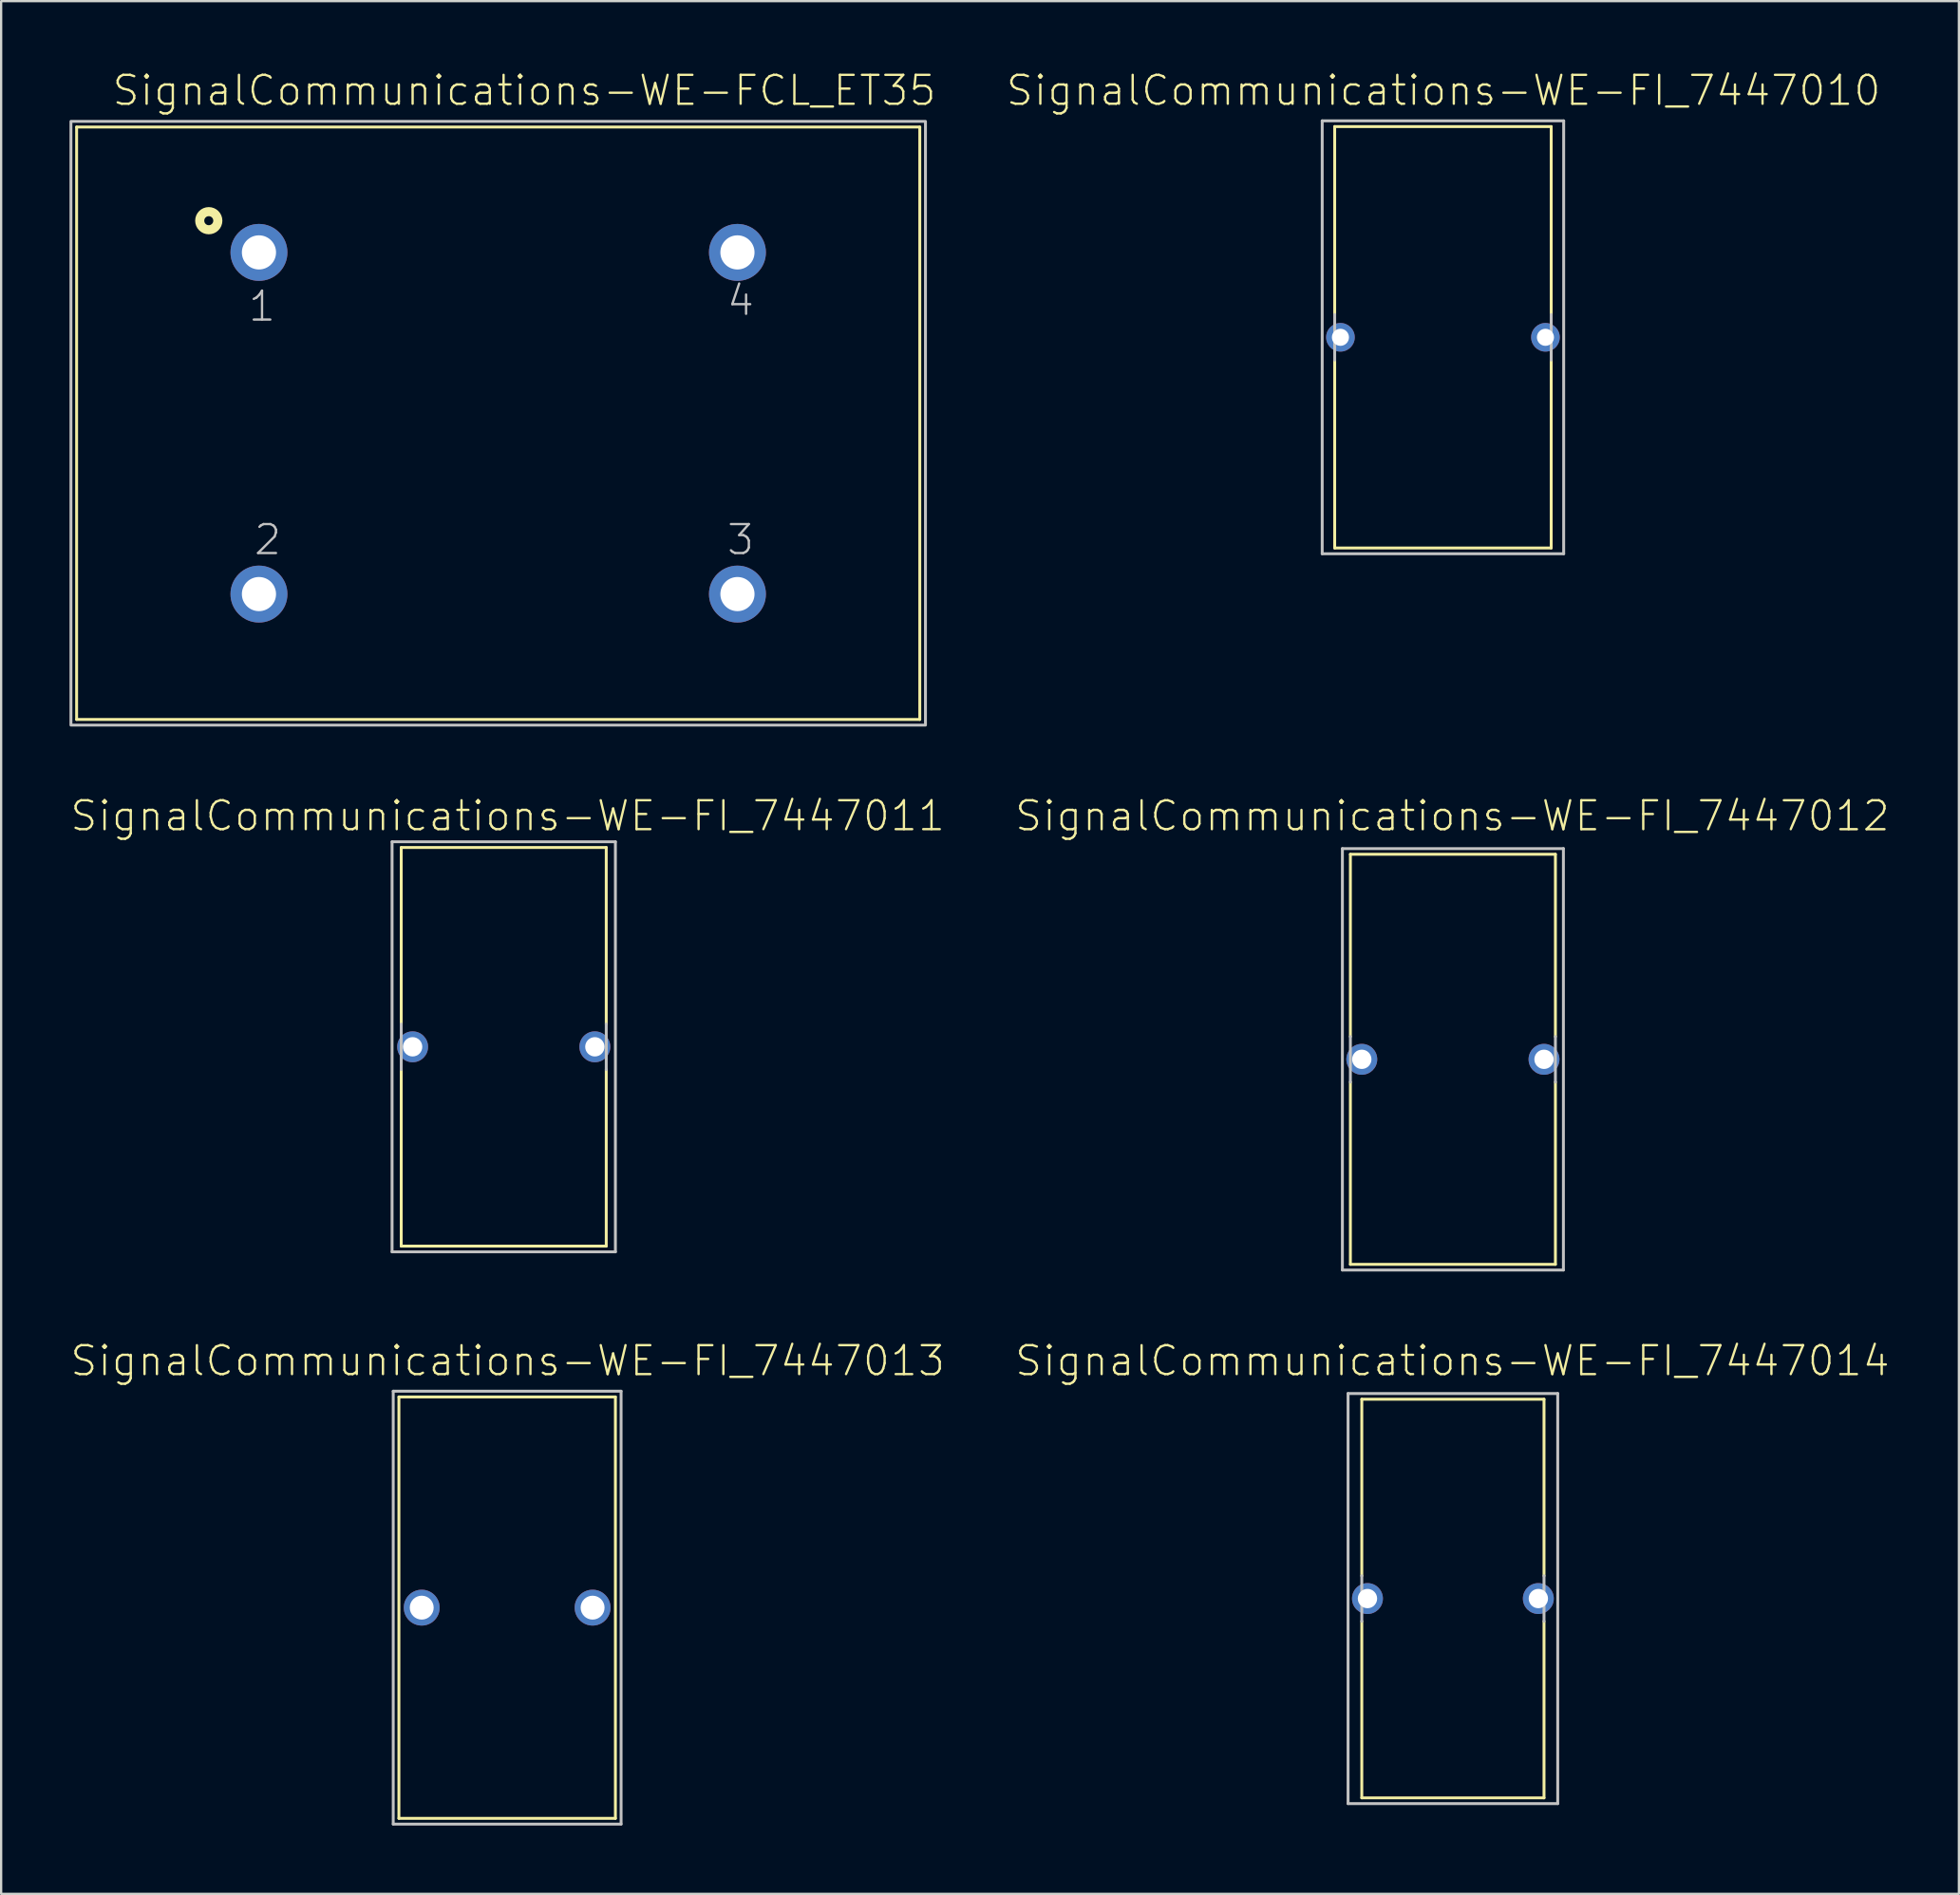
<source format=kicad_pcb>
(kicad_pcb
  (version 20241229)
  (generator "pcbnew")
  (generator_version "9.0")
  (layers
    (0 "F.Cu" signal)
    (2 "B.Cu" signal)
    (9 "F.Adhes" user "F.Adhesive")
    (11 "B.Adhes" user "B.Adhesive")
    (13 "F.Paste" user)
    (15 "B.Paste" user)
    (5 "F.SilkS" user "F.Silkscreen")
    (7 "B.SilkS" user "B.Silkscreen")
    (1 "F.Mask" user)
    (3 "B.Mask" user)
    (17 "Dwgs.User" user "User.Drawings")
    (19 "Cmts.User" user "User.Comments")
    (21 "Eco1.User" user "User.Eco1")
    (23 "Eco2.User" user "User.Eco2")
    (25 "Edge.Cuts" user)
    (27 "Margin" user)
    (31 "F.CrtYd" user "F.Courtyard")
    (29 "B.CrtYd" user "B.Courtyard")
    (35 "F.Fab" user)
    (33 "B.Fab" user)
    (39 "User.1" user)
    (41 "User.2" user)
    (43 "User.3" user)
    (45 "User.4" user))
  (footprint "SignalCommunications-WE-FI_7447010"
    (layer "F.Cu")
    (at 60.266 11.754)
    (property "Reference" "SignalCommunications-WE-FI_7447010" (at 0.023 -10.833 0) (layer "F.SilkS") (effects (font (size 1.27 1.27) (thickness 0.102))))
    (attr exclude_from_pos_files exclude_from_bom)
    (fp_line (start -4.75 -9.248) (end -4.75 -0.998) (stroke (width 0.127) (type solid)) (layer "F.SilkS"))
    (fp_line (start -4.75 -9.248) (end 4.75 -9.248) (stroke (width 0.127) (type solid)) (layer "F.SilkS"))
    (fp_line (start -4.75 0.998) (end -4.75 9.248) (stroke (width 0.127) (type solid)) (layer "F.SilkS"))
    (fp_line (start 4.75 -9.248) (end 4.75 -0.998) (stroke (width 0.127) (type solid)) (layer "F.SilkS"))
    (fp_line (start 4.75 0.998) (end 4.75 9.248) (stroke (width 0.127) (type solid)) (layer "F.SilkS"))
    (fp_line (start 4.75 9.248) (end -4.75 9.248) (stroke (width 0.127) (type solid)) (layer "F.SilkS"))
    (fp_line (start -5.298 -9.5) (end 5.298 -9.5) (stroke (width 0.127) (type solid)) (layer "Dwgs.User"))
    (fp_line (start -5.298 9.5) (end -5.298 -9.5) (stroke (width 0.127) (type solid)) (layer "Dwgs.User"))
    (fp_line (start -4.75 -0.998) (end -4.75 0.998) (stroke (width 0.127) (type solid)) (layer "Dwgs.User"))
    (fp_line (start 4.75 -0.998) (end 4.75 0.998) (stroke (width 0.127) (type solid)) (layer "Dwgs.User"))
    (fp_line (start 5.298 -9.5) (end 5.298 9.5) (stroke (width 0.127) (type solid)) (layer "Dwgs.User"))
    (fp_line (start 5.298 9.5) (end -5.298 9.5) (stroke (width 0.127) (type solid)) (layer "Dwgs.User"))
    (pad "1" thru_hole circle (at -4.498 0) (size 1.257 1.257) (drill 0.749) (layers "*.Cu" "*.Paste" "*.Mask"))
    (pad "2" thru_hole circle (at 4.498 0) (size 1.257 1.257) (drill 0.749) (layers "*.Cu" "*.Paste" "*.Mask")))
  (footprint "SignalCommunications-WE-FI_7447011"
    (layer "F.Cu")
    (at 19.054 42.894)
    (property "Reference" "SignalCommunications-WE-FI_7447011" (at 0.173 -10.135 0) (layer "F.SilkS") (effects (font (size 1.27 1.27) (thickness 0.102))))
    (attr exclude_from_pos_files exclude_from_bom)
    (fp_line (start -4.498 -8.748) (end 4.498 -8.748) (stroke (width 0.127) (type solid)) (layer "F.SilkS"))
    (fp_line (start -4.498 -0.998) (end -4.498 -8.748) (stroke (width 0.127) (type solid)) (layer "F.SilkS"))
    (fp_line (start -4.498 0.998) (end -4.498 8.748) (stroke (width 0.127) (type solid)) (layer "F.SilkS"))
    (fp_line (start 4.498 -0.998) (end 4.498 -8.748) (stroke (width 0.127) (type solid)) (layer "F.SilkS"))
    (fp_line (start 4.498 0.998) (end 4.498 8.748) (stroke (width 0.127) (type solid)) (layer "F.SilkS"))
    (fp_line (start 4.498 8.748) (end -4.498 8.748) (stroke (width 0.127) (type solid)) (layer "F.SilkS"))
    (fp_line (start -4.9 -8.999) (end 4.9 -8.999) (stroke (width 0.127) (type solid)) (layer "Dwgs.User"))
    (fp_line (start -4.9 8.999) (end -4.9 -8.999) (stroke (width 0.127) (type solid)) (layer "Dwgs.User"))
    (fp_line (start -4.498 -0.998) (end -4.498 0.998) (stroke (width 0.127) (type solid)) (layer "Dwgs.User"))
    (fp_line (start 4.498 -0.998) (end 4.498 0.998) (stroke (width 0.127) (type solid)) (layer "Dwgs.User"))
    (fp_line (start 4.9 -8.999) (end 4.9 8.999) (stroke (width 0.127) (type solid)) (layer "Dwgs.User"))
    (fp_line (start 4.9 8.999) (end -4.9 8.999) (stroke (width 0.127) (type solid)) (layer "Dwgs.User"))
    (pad "1" thru_hole circle (at -3.998 0) (size 1.356 1.356) (drill 0.848) (layers "*.Cu" "*.Paste" "*.Mask"))
    (pad "2" thru_hole circle (at 3.998 0) (size 1.356 1.356) (drill 0.848) (layers "*.Cu" "*.Paste" "*.Mask")))
  (footprint "SignalCommunications-WE-FI_7447014"
    (layer "F.Cu")
    (at 60.703 67.11)
    (property "Reference" "SignalCommunications-WE-FI_7447014" (at -0.023 -10.434 0) (layer "F.SilkS") (effects (font (size 1.27 1.27) (thickness 0.102))))
    (attr exclude_from_pos_files exclude_from_bom)
    (fp_line (start -3.998 -8.748) (end 3.998 -8.748) (stroke (width 0.127) (type solid)) (layer "F.SilkS"))
    (fp_line (start -3.998 -0.998) (end -3.998 -8.748) (stroke (width 0.127) (type solid)) (layer "F.SilkS"))
    (fp_line (start -3.998 8.748) (end -3.998 0.998) (stroke (width 0.127) (type solid)) (layer "F.SilkS"))
    (fp_line (start 3.998 -0.998) (end 3.998 -8.748) (stroke (width 0.127) (type solid)) (layer "F.SilkS"))
    (fp_line (start 3.998 8.748) (end -3.998 8.748) (stroke (width 0.127) (type solid)) (layer "F.SilkS"))
    (fp_line (start 3.998 8.748) (end 3.998 0.998) (stroke (width 0.127) (type solid)) (layer "F.SilkS"))
    (fp_line (start -4.6 -8.999) (end 4.6 -8.999) (stroke (width 0.127) (type solid)) (layer "Dwgs.User"))
    (fp_line (start -4.6 8.999) (end -4.6 -8.999) (stroke (width 0.127) (type solid)) (layer "Dwgs.User"))
    (fp_line (start -3.998 -0.998) (end -3.998 0.998) (stroke (width 0.127) (type solid)) (layer "Dwgs.User"))
    (fp_line (start 3.998 -0.998) (end 3.998 0.998) (stroke (width 0.127) (type solid)) (layer "Dwgs.User"))
    (fp_line (start 4.6 -8.999) (end 4.6 8.999) (stroke (width 0.127) (type solid)) (layer "Dwgs.User"))
    (fp_line (start 4.6 8.999) (end -4.6 8.999) (stroke (width 0.127) (type solid)) (layer "Dwgs.User"))
    (pad "1" thru_hole circle (at -3.749 0) (size 1.356 1.356) (drill 0.848) (layers "*.Cu" "*.Paste" "*.Mask"))
    (pad "2" thru_hole circle (at 3.749 0) (size 1.356 1.356) (drill 0.848) (layers "*.Cu" "*.Paste" "*.Mask")))
  (footprint "SignalCommunications-WE-FI_7447013"
    (layer "F.Cu")
    (at 19.204 67.509)
    (property "Reference" "SignalCommunications-WE-FI_7447013" (at 0.023 -10.833 0) (layer "F.SilkS") (effects (font (size 1.27 1.27) (thickness 0.102))))
    (attr exclude_from_pos_files exclude_from_bom)
    (fp_line (start -4.75 -9.248) (end 4.75 -9.248) (stroke (width 0.127) (type solid)) (layer "F.SilkS"))
    (fp_line (start -4.75 9.248) (end -4.75 -9.248) (stroke (width 0.127) (type solid)) (layer "F.SilkS"))
    (fp_line (start 4.75 -9.248) (end 4.75 9.248) (stroke (width 0.127) (type solid)) (layer "F.SilkS"))
    (fp_line (start 4.75 9.248) (end -4.75 9.248) (stroke (width 0.127) (type solid)) (layer "F.SilkS"))
    (fp_line (start -4.999 -9.5) (end 4.999 -9.5) (stroke (width 0.127) (type solid)) (layer "Dwgs.User"))
    (fp_line (start -4.999 9.5) (end -4.999 -9.5) (stroke (width 0.127) (type solid)) (layer "Dwgs.User"))
    (fp_line (start 4.999 -9.5) (end 4.999 9.5) (stroke (width 0.127) (type solid)) (layer "Dwgs.User"))
    (fp_line (start 4.999 9.5) (end -4.999 9.5) (stroke (width 0.127) (type solid)) (layer "Dwgs.User"))
    (pad "1" thru_hole circle (at -3.749 0) (size 1.575 1.575) (drill 1.049) (layers "*.Cu" "*.Paste" "*.Mask"))
    (pad "2" thru_hole circle (at 3.749 0) (size 1.575 1.575) (drill 1.049) (layers "*.Cu" "*.Paste" "*.Mask")))
  (footprint "SignalCommunications-WE-FI_7447012"
    (layer "F.Cu")
    (at 60.703 43.443)
    (property "Reference" "SignalCommunications-WE-FI_7447012" (at -0.023 -10.683 0) (layer "F.SilkS") (effects (font (size 1.27 1.27) (thickness 0.102))))
    (attr exclude_from_pos_files exclude_from_bom)
    (fp_line (start -4.498 -8.999) (end 4.498 -8.999) (stroke (width 0.127) (type solid)) (layer "F.SilkS"))
    (fp_line (start -4.498 -0.998) (end -4.498 -8.999) (stroke (width 0.127) (type solid)) (layer "F.SilkS"))
    (fp_line (start -4.498 8.999) (end -4.498 0.998) (stroke (width 0.127) (type solid)) (layer "F.SilkS"))
    (fp_line (start 4.498 -0.998) (end 4.498 -8.999) (stroke (width 0.127) (type solid)) (layer "F.SilkS"))
    (fp_line (start 4.498 8.999) (end -4.498 8.999) (stroke (width 0.127) (type solid)) (layer "F.SilkS"))
    (fp_line (start 4.498 8.999) (end 4.498 0.998) (stroke (width 0.127) (type solid)) (layer "F.SilkS"))
    (fp_line (start -4.849 -9.248) (end 4.849 -9.248) (stroke (width 0.127) (type solid)) (layer "Dwgs.User"))
    (fp_line (start -4.849 9.248) (end -4.849 -9.248) (stroke (width 0.127) (type solid)) (layer "Dwgs.User"))
    (fp_line (start -4.498 -0.998) (end -4.498 0.998) (stroke (width 0.127) (type solid)) (layer "Dwgs.User"))
    (fp_line (start 4.498 -0.998) (end 4.498 0.998) (stroke (width 0.127) (type solid)) (layer "Dwgs.User"))
    (fp_line (start 4.849 -9.248) (end 4.849 9.248) (stroke (width 0.127) (type solid)) (layer "Dwgs.User"))
    (fp_line (start 4.849 9.248) (end -4.849 9.248) (stroke (width 0.127) (type solid)) (layer "Dwgs.User"))
    (pad "1" thru_hole circle (at -3.998 0) (size 1.356 1.356) (drill 0.848) (layers "*.Cu" "*.Paste" "*.Mask"))
    (pad "2" thru_hole circle (at 3.998 0) (size 1.356 1.356) (drill 0.848) (layers "*.Cu" "*.Paste" "*.Mask")))
  (footprint "SignalCommunications-WE-FCL_ET35"
    (layer "F.Cu")
    (at 18.811 15.526)
    (property "Reference" "SignalCommunications-WE-FCL_ET35" (at 1.143 -14.605 0) (layer "F.SilkS") (effects (font (size 1.27 1.27) (thickness 0.102))))
    (attr exclude_from_pos_files exclude_from_bom)
    (fp_line (start -18.499 -13) (end -18.499 13) (stroke (width 0.127) (type solid)) (layer "F.SilkS"))
    (fp_line (start -18.499 -13) (end 18.499 -13) (stroke (width 0.127) (type solid)) (layer "F.SilkS"))
    (fp_line (start -18.499 13) (end 18.499 13) (stroke (width 0.127) (type solid)) (layer "F.SilkS"))
    (fp_line (start 18.499 -13) (end 18.499 13) (stroke (width 0.127) (type solid)) (layer "F.SilkS"))
    (fp_circle (center -12.7 -8.89) (end -12.7 -9.088) (stroke (width 0.399) (type solid)) (fill no) (layer "F.SilkS"))
    (fp_poly (pts (xy -18.748 -13.249) (xy 18.748 -13.249) (xy 18.748 13.249) (xy -18.748 13.249) (xy -18.748 -13.249)) (stroke (width 0.127) (type solid)) (fill no) (layer "Dwgs.User"))
    (fp_text user "3" (at 10.635 5.113 0) (layer "Dwgs.User") (effects (font (size 1.27 1.27) (thickness 0.102))))
    (fp_text user "1" (at -10.363 -5.133 0) (layer "Dwgs.User") (effects (font (size 1.27 1.27) (thickness 0.102))))
    (fp_text user "2" (at -10.114 5.113 0) (layer "Dwgs.User") (effects (font (size 1.27 1.27) (thickness 0.102))))
    (fp_text user "4" (at 10.635 -5.385 0) (layer "Dwgs.User") (effects (font (size 1.27 1.27) (thickness 0.102))))
    (pad "1" thru_hole circle (at -10.498 -7.498) (size 2.499 2.499) (drill 1.499) (layers "*.Cu" "*.Paste" "*.Mask"))
    (pad "2" thru_hole circle (at -10.498 7.498) (size 2.499 2.499) (drill 1.499) (layers "*.Cu" "*.Paste" "*.Mask"))
    (pad "3" thru_hole circle (at 10.498 7.498) (size 2.499 2.499) (drill 1.499) (layers "*.Cu" "*.Paste" "*.Mask"))
    (pad "4" thru_hole circle (at 10.498 -7.498) (size 2.499 2.499) (drill 1.499) (layers "*.Cu" "*.Paste" "*.Mask")))
  (gr_rect
    (start -3 -3)
    (end 82.906 80.072)
    (stroke (width 0.1) (type default))
    (fill no)
    (layer "Edge.Cuts")))
</source>
